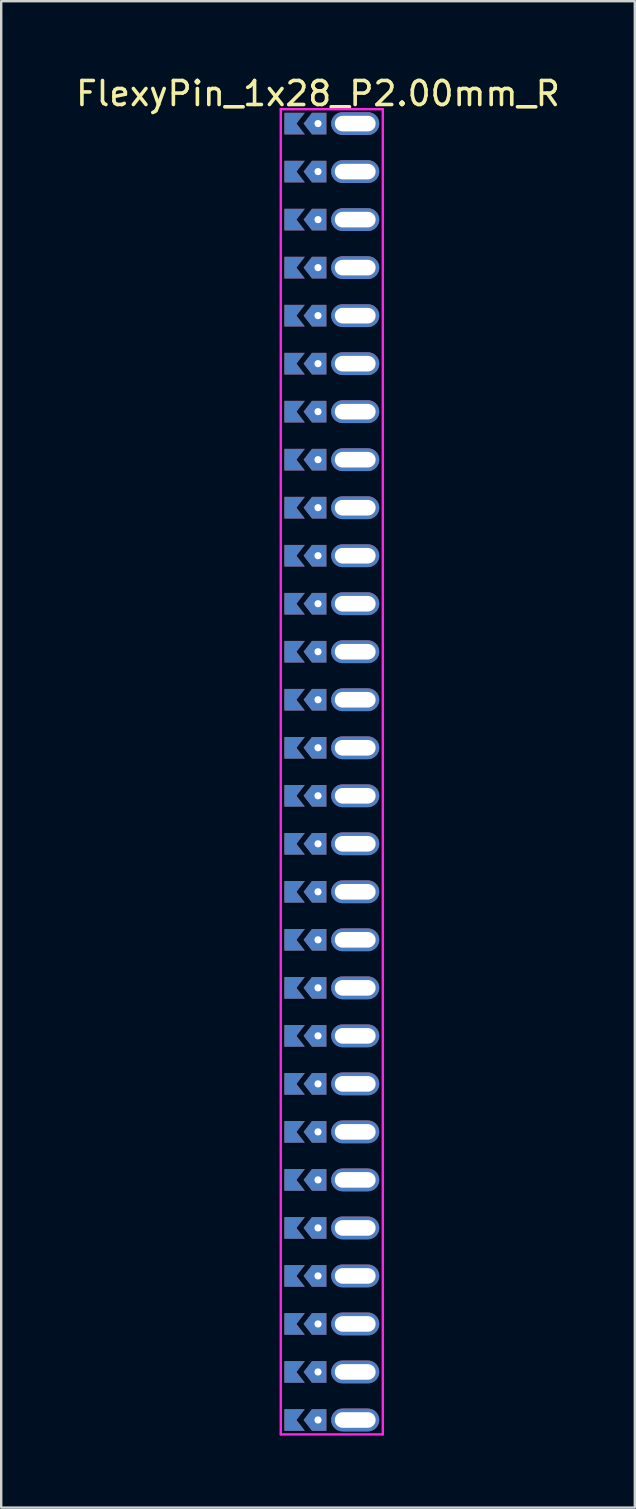
<source format=kicad_pcb>
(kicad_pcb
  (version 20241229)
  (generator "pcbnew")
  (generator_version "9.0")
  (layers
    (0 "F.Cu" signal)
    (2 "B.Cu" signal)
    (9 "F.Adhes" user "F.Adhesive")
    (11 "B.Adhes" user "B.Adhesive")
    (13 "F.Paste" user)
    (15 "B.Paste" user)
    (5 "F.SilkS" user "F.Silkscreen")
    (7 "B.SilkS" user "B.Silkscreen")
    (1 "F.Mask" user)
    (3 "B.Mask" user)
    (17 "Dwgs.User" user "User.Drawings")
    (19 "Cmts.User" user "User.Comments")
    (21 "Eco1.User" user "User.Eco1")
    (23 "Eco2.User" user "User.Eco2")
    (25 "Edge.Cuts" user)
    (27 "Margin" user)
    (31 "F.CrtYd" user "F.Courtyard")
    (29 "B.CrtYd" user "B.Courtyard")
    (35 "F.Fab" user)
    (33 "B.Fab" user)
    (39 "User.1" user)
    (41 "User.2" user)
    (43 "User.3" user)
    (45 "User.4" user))
  (footprint "FlexyPin_1x28_P2.00mm_R"
    (layer "F.Cu")
    (at 10.196 2.098)
    (property "Reference" "FlexyPin_1x28_P2.00mm_R" (at 0 -1.25 0) (layer "F.SilkS") (effects (font (size 1 1) (thickness 0.15))))
    (attr through_hole)
    (fp_line (start -1.55 -0.6) (end 2.7 -0.6) (stroke (width 0.1) (type solid)) (layer "F.CrtYd"))
    (fp_line (start -1.55 54.6) (end -1.55 -0.6) (stroke (width 0.1) (type solid)) (layer "F.CrtYd"))
    (fp_line (start 2.7 -0.6) (end 2.7 54.6) (stroke (width 0.1) (type solid)) (layer "F.CrtYd"))
    (fp_line (start 2.7 54.6) (end -1.55 54.6) (stroke (width 0.1) (type solid)) (layer "F.CrtYd"))
    (pad "" thru_hole custom (at 0 0) (size 0.3 0.3) (drill 0.6) (layers "*.Cu" "*.Mask") (options (anchor rect)) (primitives (gr_poly (pts (xy 0.35 0.45) (xy 0.35 -0.45) (xy -0.25 -0.45) (xy -0.6 0) (xy -0.25 0.45)) (width 0) (fill yes))))
    (pad "" thru_hole custom (at 0 2) (size 0.3 0.3) (drill 0.6) (layers "*.Cu" "*.Mask") (options (anchor rect)) (primitives (gr_poly (pts (xy 0.35 0.45) (xy 0.35 -0.45) (xy -0.25 -0.45) (xy -0.6 0) (xy -0.25 0.45)) (width 0) (fill yes))))
    (pad "" thru_hole custom (at 0 4) (size 0.3 0.3) (drill 0.6) (layers "*.Cu" "*.Mask") (options (anchor rect)) (primitives (gr_poly (pts (xy 0.35 0.45) (xy 0.35 -0.45) (xy -0.25 -0.45) (xy -0.6 0) (xy -0.25 0.45)) (width 0) (fill yes))))
    (pad "" thru_hole custom (at 0 6) (size 0.3 0.3) (drill 0.6) (layers "*.Cu" "*.Mask") (options (anchor rect)) (primitives (gr_poly (pts (xy 0.35 0.45) (xy 0.35 -0.45) (xy -0.25 -0.45) (xy -0.6 0) (xy -0.25 0.45)) (width 0) (fill yes))))
    (pad "" thru_hole custom (at 0 8) (size 0.3 0.3) (drill 0.6) (layers "*.Cu" "*.Mask") (options (anchor rect)) (primitives (gr_poly (pts (xy 0.35 0.45) (xy 0.35 -0.45) (xy -0.25 -0.45) (xy -0.6 0) (xy -0.25 0.45)) (width 0) (fill yes))))
    (pad "" thru_hole custom (at 0 10) (size 0.3 0.3) (drill 0.6) (layers "*.Cu" "*.Mask") (options (anchor rect)) (primitives (gr_poly (pts (xy 0.35 0.45) (xy 0.35 -0.45) (xy -0.25 -0.45) (xy -0.6 0) (xy -0.25 0.45)) (width 0) (fill yes))))
    (pad "" thru_hole custom (at 0 12) (size 0.3 0.3) (drill 0.6) (layers "*.Cu" "*.Mask") (options (anchor rect)) (primitives (gr_poly (pts (xy 0.35 0.45) (xy 0.35 -0.45) (xy -0.25 -0.45) (xy -0.6 0) (xy -0.25 0.45)) (width 0) (fill yes))))
    (pad "" thru_hole custom (at 0 14) (size 0.3 0.3) (drill 0.6) (layers "*.Cu" "*.Mask") (options (anchor rect)) (primitives (gr_poly (pts (xy 0.35 0.45) (xy 0.35 -0.45) (xy -0.25 -0.45) (xy -0.6 0) (xy -0.25 0.45)) (width 0) (fill yes))))
    (pad "" thru_hole custom (at 0 16) (size 0.3 0.3) (drill 0.6) (layers "*.Cu" "*.Mask") (options (anchor rect)) (primitives (gr_poly (pts (xy 0.35 0.45) (xy 0.35 -0.45) (xy -0.25 -0.45) (xy -0.6 0) (xy -0.25 0.45)) (width 0) (fill yes))))
    (pad "" thru_hole custom (at 0 18) (size 0.3 0.3) (drill 0.6) (layers "*.Cu" "*.Mask") (options (anchor rect)) (primitives (gr_poly (pts (xy 0.35 0.45) (xy 0.35 -0.45) (xy -0.25 -0.45) (xy -0.6 0) (xy -0.25 0.45)) (width 0) (fill yes))))
    (pad "" thru_hole custom (at 0 20) (size 0.3 0.3) (drill 0.6) (layers "*.Cu" "*.Mask") (options (anchor rect)) (primitives (gr_poly (pts (xy 0.35 0.45) (xy 0.35 -0.45) (xy -0.25 -0.45) (xy -0.6 0) (xy -0.25 0.45)) (width 0) (fill yes))))
    (pad "" thru_hole custom (at 0 22) (size 0.3 0.3) (drill 0.6) (layers "*.Cu" "*.Mask") (options (anchor rect)) (primitives (gr_poly (pts (xy 0.35 0.45) (xy 0.35 -0.45) (xy -0.25 -0.45) (xy -0.6 0) (xy -0.25 0.45)) (width 0) (fill yes))))
    (pad "" thru_hole custom (at 0 24) (size 0.3 0.3) (drill 0.6) (layers "*.Cu" "*.Mask") (options (anchor rect)) (primitives (gr_poly (pts (xy 0.35 0.45) (xy 0.35 -0.45) (xy -0.25 -0.45) (xy -0.6 0) (xy -0.25 0.45)) (width 0) (fill yes))))
    (pad "" thru_hole custom (at 0 26) (size 0.3 0.3) (drill 0.6) (layers "*.Cu" "*.Mask") (options (anchor rect)) (primitives (gr_poly (pts (xy 0.35 0.45) (xy 0.35 -0.45) (xy -0.25 -0.45) (xy -0.6 0) (xy -0.25 0.45)) (width 0) (fill yes))))
    (pad "" thru_hole custom (at 0 28) (size 0.3 0.3) (drill 0.6) (layers "*.Cu" "*.Mask") (options (anchor rect)) (primitives (gr_poly (pts (xy 0.35 0.45) (xy 0.35 -0.45) (xy -0.25 -0.45) (xy -0.6 0) (xy -0.25 0.45)) (width 0) (fill yes))))
    (pad "" thru_hole custom (at 0 30) (size 0.3 0.3) (drill 0.6) (layers "*.Cu" "*.Mask") (options (anchor rect)) (primitives (gr_poly (pts (xy 0.35 0.45) (xy 0.35 -0.45) (xy -0.25 -0.45) (xy -0.6 0) (xy -0.25 0.45)) (width 0) (fill yes))))
    (pad "" thru_hole custom (at 0 32) (size 0.3 0.3) (drill 0.6) (layers "*.Cu" "*.Mask") (options (anchor rect)) (primitives (gr_poly (pts (xy 0.35 0.45) (xy 0.35 -0.45) (xy -0.25 -0.45) (xy -0.6 0) (xy -0.25 0.45)) (width 0) (fill yes))))
    (pad "" thru_hole custom (at 0 34) (size 0.3 0.3) (drill 0.6) (layers "*.Cu" "*.Mask") (options (anchor rect)) (primitives (gr_poly (pts (xy 0.35 0.45) (xy 0.35 -0.45) (xy -0.25 -0.45) (xy -0.6 0) (xy -0.25 0.45)) (width 0) (fill yes))))
    (pad "" thru_hole custom (at 0 36) (size 0.3 0.3) (drill 0.6) (layers "*.Cu" "*.Mask") (options (anchor rect)) (primitives (gr_poly (pts (xy 0.35 0.45) (xy 0.35 -0.45) (xy -0.25 -0.45) (xy -0.6 0) (xy -0.25 0.45)) (width 0) (fill yes))))
    (pad "" thru_hole custom (at 0 38) (size 0.3 0.3) (drill 0.6) (layers "*.Cu" "*.Mask") (options (anchor rect)) (primitives (gr_poly (pts (xy 0.35 0.45) (xy 0.35 -0.45) (xy -0.25 -0.45) (xy -0.6 0) (xy -0.25 0.45)) (width 0) (fill yes))))
    (pad "" thru_hole custom (at 0 40) (size 0.3 0.3) (drill 0.6) (layers "*.Cu" "*.Mask") (options (anchor rect)) (primitives (gr_poly (pts (xy 0.35 0.45) (xy 0.35 -0.45) (xy -0.25 -0.45) (xy -0.6 0) (xy -0.25 0.45)) (width 0) (fill yes))))
    (pad "" thru_hole custom (at 0 42) (size 0.3 0.3) (drill 0.6) (layers "*.Cu" "*.Mask") (options (anchor rect)) (primitives (gr_poly (pts (xy 0.35 0.45) (xy 0.35 -0.45) (xy -0.25 -0.45) (xy -0.6 0) (xy -0.25 0.45)) (width 0) (fill yes))))
    (pad "" thru_hole custom (at 0 44) (size 0.3 0.3) (drill 0.6) (layers "*.Cu" "*.Mask") (options (anchor rect)) (primitives (gr_poly (pts (xy 0.35 0.45) (xy 0.35 -0.45) (xy -0.25 -0.45) (xy -0.6 0) (xy -0.25 0.45)) (width 0) (fill yes))))
    (pad "" thru_hole custom (at 0 46) (size 0.3 0.3) (drill 0.6) (layers "*.Cu" "*.Mask") (options (anchor rect)) (primitives (gr_poly (pts (xy 0.35 0.45) (xy 0.35 -0.45) (xy -0.25 -0.45) (xy -0.6 0) (xy -0.25 0.45)) (width 0) (fill yes))))
    (pad "" thru_hole custom (at 0 48) (size 0.3 0.3) (drill 0.6) (layers "*.Cu" "*.Mask") (options (anchor rect)) (primitives (gr_poly (pts (xy 0.35 0.45) (xy 0.35 -0.45) (xy -0.25 -0.45) (xy -0.6 0) (xy -0.25 0.45)) (width 0) (fill yes))))
    (pad "" thru_hole custom (at 0 50) (size 0.3 0.3) (drill 0.6) (layers "*.Cu" "*.Mask") (options (anchor rect)) (primitives (gr_poly (pts (xy 0.35 0.45) (xy 0.35 -0.45) (xy -0.25 -0.45) (xy -0.6 0) (xy -0.25 0.45)) (width 0) (fill yes))))
    (pad "" thru_hole custom (at 0 52) (size 0.3 0.3) (drill 0.6) (layers "*.Cu" "*.Mask") (options (anchor rect)) (primitives (gr_poly (pts (xy 0.35 0.45) (xy 0.35 -0.45) (xy -0.25 -0.45) (xy -0.6 0) (xy -0.25 0.45)) (width 0) (fill yes))))
    (pad "" thru_hole custom (at 0 54) (size 0.3 0.3) (drill 0.6) (layers "*.Cu" "*.Mask") (options (anchor rect)) (primitives (gr_poly (pts (xy 0.35 0.45) (xy 0.35 -0.45) (xy -0.25 -0.45) (xy -0.6 0) (xy -0.25 0.45)) (width 0) (fill yes))))
    (pad "" thru_hole oval (at 1.55 0) (size 2 0.95) (drill oval 1.7 0.65) (layers "*.Cu" "*.Mask"))
    (pad "" thru_hole oval (at 1.55 2) (size 2 0.95) (drill oval 1.7 0.65) (layers "*.Cu" "*.Mask"))
    (pad "" thru_hole oval (at 1.55 4) (size 2 0.95) (drill oval 1.7 0.65) (layers "*.Cu" "*.Mask"))
    (pad "" thru_hole oval (at 1.55 6) (size 2 0.95) (drill oval 1.7 0.65) (layers "*.Cu" "*.Mask"))
    (pad "" thru_hole oval (at 1.55 8) (size 2 0.95) (drill oval 1.7 0.65) (layers "*.Cu" "*.Mask"))
    (pad "" thru_hole oval (at 1.55 10) (size 2 0.95) (drill oval 1.7 0.65) (layers "*.Cu" "*.Mask"))
    (pad "" thru_hole oval (at 1.55 12) (size 2 0.95) (drill oval 1.7 0.65) (layers "*.Cu" "*.Mask"))
    (pad "" thru_hole oval (at 1.55 14) (size 2 0.95) (drill oval 1.7 0.65) (layers "*.Cu" "*.Mask"))
    (pad "" thru_hole oval (at 1.55 16) (size 2 0.95) (drill oval 1.7 0.65) (layers "*.Cu" "*.Mask"))
    (pad "" thru_hole oval (at 1.55 18) (size 2 0.95) (drill oval 1.7 0.65) (layers "*.Cu" "*.Mask"))
    (pad "" thru_hole oval (at 1.55 20) (size 2 0.95) (drill oval 1.7 0.65) (layers "*.Cu" "*.Mask"))
    (pad "" thru_hole oval (at 1.55 22) (size 2 0.95) (drill oval 1.7 0.65) (layers "*.Cu" "*.Mask"))
    (pad "" thru_hole oval (at 1.55 24) (size 2 0.95) (drill oval 1.7 0.65) (layers "*.Cu" "*.Mask"))
    (pad "" thru_hole oval (at 1.55 26) (size 2 0.95) (drill oval 1.7 0.65) (layers "*.Cu" "*.Mask"))
    (pad "" thru_hole oval (at 1.55 28) (size 2 0.95) (drill oval 1.7 0.65) (layers "*.Cu" "*.Mask"))
    (pad "" thru_hole oval (at 1.55 30) (size 2 0.95) (drill oval 1.7 0.65) (layers "*.Cu" "*.Mask"))
    (pad "" thru_hole oval (at 1.55 32) (size 2 0.95) (drill oval 1.7 0.65) (layers "*.Cu" "*.Mask"))
    (pad "" thru_hole oval (at 1.55 34) (size 2 0.95) (drill oval 1.7 0.65) (layers "*.Cu" "*.Mask"))
    (pad "" thru_hole oval (at 1.55 36) (size 2 0.95) (drill oval 1.7 0.65) (layers "*.Cu" "*.Mask"))
    (pad "" thru_hole oval (at 1.55 38) (size 2 0.95) (drill oval 1.7 0.65) (layers "*.Cu" "*.Mask"))
    (pad "" thru_hole oval (at 1.55 40) (size 2 0.95) (drill oval 1.7 0.65) (layers "*.Cu" "*.Mask"))
    (pad "" thru_hole oval (at 1.55 42) (size 2 0.95) (drill oval 1.7 0.65) (layers "*.Cu" "*.Mask"))
    (pad "" thru_hole oval (at 1.55 44) (size 2 0.95) (drill oval 1.7 0.65) (layers "*.Cu" "*.Mask"))
    (pad "" thru_hole oval (at 1.55 46) (size 2 0.95) (drill oval 1.7 0.65) (layers "*.Cu" "*.Mask"))
    (pad "" thru_hole oval (at 1.55 48) (size 2 0.95) (drill oval 1.7 0.65) (layers "*.Cu" "*.Mask"))
    (pad "" thru_hole oval (at 1.55 50) (size 2 0.95) (drill oval 1.7 0.65) (layers "*.Cu" "*.Mask"))
    (pad "" thru_hole oval (at 1.55 52) (size 2 0.95) (drill oval 1.7 0.65) (layers "*.Cu" "*.Mask"))
    (pad "" thru_hole oval (at 1.55 54) (size 2 0.95) (drill oval 1.7 0.65) (layers "*.Cu" "*.Mask"))
    (pad "1" smd custom (at -0.9 0) (size 0.01 0.01) (layers "F.Cu" "F.Mask") (options (anchor rect)) (primitives (gr_poly (pts (xy 0 0) (xy 0.35 0.45) (xy -0.5 0.45) (xy -0.5 -0.45) (xy 0.35 -0.45)) (width 0) (fill yes))))
    (pad "2" smd custom (at -0.9 2) (size 0.01 0.01) (layers "F.Cu" "F.Mask") (options (anchor rect)) (primitives (gr_poly (pts (xy 0 0) (xy 0.35 0.45) (xy -0.5 0.45) (xy -0.5 -0.45) (xy 0.35 -0.45)) (width 0) (fill yes))))
    (pad "3" smd custom (at -0.9 4) (size 0.01 0.01) (layers "F.Cu" "F.Mask") (options (anchor rect)) (primitives (gr_poly (pts (xy 0 0) (xy 0.35 0.45) (xy -0.5 0.45) (xy -0.5 -0.45) (xy 0.35 -0.45)) (width 0) (fill yes))))
    (pad "4" smd custom (at -0.9 6) (size 0.01 0.01) (layers "F.Cu" "F.Mask") (options (anchor rect)) (primitives (gr_poly (pts (xy 0 0) (xy 0.35 0.45) (xy -0.5 0.45) (xy -0.5 -0.45) (xy 0.35 -0.45)) (width 0) (fill yes))))
    (pad "5" smd custom (at -0.9 8) (size 0.01 0.01) (layers "F.Cu" "F.Mask") (options (anchor rect)) (primitives (gr_poly (pts (xy 0 0) (xy 0.35 0.45) (xy -0.5 0.45) (xy -0.5 -0.45) (xy 0.35 -0.45)) (width 0) (fill yes))))
    (pad "6" smd custom (at -0.9 10) (size 0.01 0.01) (layers "F.Cu" "F.Mask") (options (anchor rect)) (primitives (gr_poly (pts (xy 0 0) (xy 0.35 0.45) (xy -0.5 0.45) (xy -0.5 -0.45) (xy 0.35 -0.45)) (width 0) (fill yes))))
    (pad "7" smd custom (at -0.9 12) (size 0.01 0.01) (layers "F.Cu" "F.Mask") (options (anchor rect)) (primitives (gr_poly (pts (xy 0 0) (xy 0.35 0.45) (xy -0.5 0.45) (xy -0.5 -0.45) (xy 0.35 -0.45)) (width 0) (fill yes))))
    (pad "8" smd custom (at -0.9 14) (size 0.01 0.01) (layers "F.Cu" "F.Mask") (options (anchor rect)) (primitives (gr_poly (pts (xy 0 0) (xy 0.35 0.45) (xy -0.5 0.45) (xy -0.5 -0.45) (xy 0.35 -0.45)) (width 0) (fill yes))))
    (pad "9" smd custom (at -0.9 16) (size 0.01 0.01) (layers "F.Cu" "F.Mask") (options (anchor rect)) (primitives (gr_poly (pts (xy 0 0) (xy 0.35 0.45) (xy -0.5 0.45) (xy -0.5 -0.45) (xy 0.35 -0.45)) (width 0) (fill yes))))
    (pad "10" smd custom (at -0.9 18) (size 0.01 0.01) (layers "F.Cu" "F.Mask") (options (anchor rect)) (primitives (gr_poly (pts (xy 0 0) (xy 0.35 0.45) (xy -0.5 0.45) (xy -0.5 -0.45) (xy 0.35 -0.45)) (width 0) (fill yes))))
    (pad "11" smd custom (at -0.9 20) (size 0.01 0.01) (layers "F.Cu" "F.Mask") (options (anchor rect)) (primitives (gr_poly (pts (xy 0 0) (xy 0.35 0.45) (xy -0.5 0.45) (xy -0.5 -0.45) (xy 0.35 -0.45)) (width 0) (fill yes))))
    (pad "12" smd custom (at -0.9 22) (size 0.01 0.01) (layers "F.Cu" "F.Mask") (options (anchor rect)) (primitives (gr_poly (pts (xy 0 0) (xy 0.35 0.45) (xy -0.5 0.45) (xy -0.5 -0.45) (xy 0.35 -0.45)) (width 0) (fill yes))))
    (pad "13" smd custom (at -0.9 24) (size 0.01 0.01) (layers "F.Cu" "F.Mask") (options (anchor rect)) (primitives (gr_poly (pts (xy 0 0) (xy 0.35 0.45) (xy -0.5 0.45) (xy -0.5 -0.45) (xy 0.35 -0.45)) (width 0) (fill yes))))
    (pad "14" smd custom (at -0.9 26) (size 0.01 0.01) (layers "F.Cu" "F.Mask") (options (anchor rect)) (primitives (gr_poly (pts (xy 0 0) (xy 0.35 0.45) (xy -0.5 0.45) (xy -0.5 -0.45) (xy 0.35 -0.45)) (width 0) (fill yes))))
    (pad "15" smd custom (at -0.9 28) (size 0.01 0.01) (layers "F.Cu" "F.Mask") (options (anchor rect)) (primitives (gr_poly (pts (xy 0 0) (xy 0.35 0.45) (xy -0.5 0.45) (xy -0.5 -0.45) (xy 0.35 -0.45)) (width 0) (fill yes))))
    (pad "16" smd custom (at -0.9 30) (size 0.01 0.01) (layers "F.Cu" "F.Mask") (options (anchor rect)) (primitives (gr_poly (pts (xy 0 0) (xy 0.35 0.45) (xy -0.5 0.45) (xy -0.5 -0.45) (xy 0.35 -0.45)) (width 0) (fill yes))))
    (pad "17" smd custom (at -0.9 32) (size 0.01 0.01) (layers "F.Cu" "F.Mask") (options (anchor rect)) (primitives (gr_poly (pts (xy 0 0) (xy 0.35 0.45) (xy -0.5 0.45) (xy -0.5 -0.45) (xy 0.35 -0.45)) (width 0) (fill yes))))
    (pad "18" smd custom (at -0.9 34) (size 0.01 0.01) (layers "F.Cu" "F.Mask") (options (anchor rect)) (primitives (gr_poly (pts (xy 0 0) (xy 0.35 0.45) (xy -0.5 0.45) (xy -0.5 -0.45) (xy 0.35 -0.45)) (width 0) (fill yes))))
    (pad "19" smd custom (at -0.9 36) (size 0.01 0.01) (layers "F.Cu" "F.Mask") (options (anchor rect)) (primitives (gr_poly (pts (xy 0 0) (xy 0.35 0.45) (xy -0.5 0.45) (xy -0.5 -0.45) (xy 0.35 -0.45)) (width 0) (fill yes))))
    (pad "20" smd custom (at -0.9 38) (size 0.01 0.01) (layers "F.Cu" "F.Mask") (options (anchor rect)) (primitives (gr_poly (pts (xy 0 0) (xy 0.35 0.45) (xy -0.5 0.45) (xy -0.5 -0.45) (xy 0.35 -0.45)) (width 0) (fill yes))))
    (pad "21" smd custom (at -0.9 40) (size 0.01 0.01) (layers "F.Cu" "F.Mask") (options (anchor rect)) (primitives (gr_poly (pts (xy 0 0) (xy 0.35 0.45) (xy -0.5 0.45) (xy -0.5 -0.45) (xy 0.35 -0.45)) (width 0) (fill yes))))
    (pad "22" smd custom (at -0.9 42) (size 0.01 0.01) (layers "F.Cu" "F.Mask") (options (anchor rect)) (primitives (gr_poly (pts (xy 0 0) (xy 0.35 0.45) (xy -0.5 0.45) (xy -0.5 -0.45) (xy 0.35 -0.45)) (width 0) (fill yes))))
    (pad "23" smd custom (at -0.9 44) (size 0.01 0.01) (layers "F.Cu" "F.Mask") (options (anchor rect)) (primitives (gr_poly (pts (xy 0 0) (xy 0.35 0.45) (xy -0.5 0.45) (xy -0.5 -0.45) (xy 0.35 -0.45)) (width 0) (fill yes))))
    (pad "24" smd custom (at -0.9 46) (size 0.01 0.01) (layers "F.Cu" "F.Mask") (options (anchor rect)) (primitives (gr_poly (pts (xy 0 0) (xy 0.35 0.45) (xy -0.5 0.45) (xy -0.5 -0.45) (xy 0.35 -0.45)) (width 0) (fill yes))))
    (pad "25" smd custom (at -0.9 48) (size 0.01 0.01) (layers "F.Cu" "F.Mask") (options (anchor rect)) (primitives (gr_poly (pts (xy 0 0) (xy 0.35 0.45) (xy -0.5 0.45) (xy -0.5 -0.45) (xy 0.35 -0.45)) (width 0) (fill yes))))
    (pad "26" smd custom (at -0.9 50) (size 0.01 0.01) (layers "F.Cu" "F.Mask") (options (anchor rect)) (primitives (gr_poly (pts (xy 0 0) (xy 0.35 0.45) (xy -0.5 0.45) (xy -0.5 -0.45) (xy 0.35 -0.45)) (width 0) (fill yes))))
    (pad "27" smd custom (at -0.9 52) (size 0.01 0.01) (layers "F.Cu" "F.Mask") (options (anchor rect)) (primitives (gr_poly (pts (xy 0 0) (xy 0.35 0.45) (xy -0.5 0.45) (xy -0.5 -0.45) (xy 0.35 -0.45)) (width 0) (fill yes))))
    (pad "28" smd custom (at -0.9 54) (size 0.01 0.01) (layers "F.Cu" "F.Mask") (options (anchor rect)) (primitives (gr_poly (pts (xy 0 0) (xy 0.35 0.45) (xy -0.5 0.45) (xy -0.5 -0.45) (xy 0.35 -0.45)) (width 0) (fill yes))))
    (pad "29" smd custom (at -0.9 0) (size 0.01 0.01) (layers "B.Cu" "B.Mask") (options (anchor rect)) (primitives (gr_poly (pts (xy 0 0) (xy 0.35 0.45) (xy -0.5 0.45) (xy -0.5 -0.45) (xy 0.35 -0.45)) (width 0) (fill yes))))
    (pad "30" smd custom (at -0.9 2) (size 0.01 0.01) (layers "B.Cu" "B.Mask") (options (anchor rect)) (primitives (gr_poly (pts (xy 0 0) (xy 0.35 0.45) (xy -0.5 0.45) (xy -0.5 -0.45) (xy 0.35 -0.45)) (width 0) (fill yes))))
    (pad "31" smd custom (at -0.9 4) (size 0.01 0.01) (layers "B.Cu" "B.Mask") (options (anchor rect)) (primitives (gr_poly (pts (xy 0 0) (xy 0.35 0.45) (xy -0.5 0.45) (xy -0.5 -0.45) (xy 0.35 -0.45)) (width 0) (fill yes))))
    (pad "32" smd custom (at -0.9 6) (size 0.01 0.01) (layers "B.Cu" "B.Mask") (options (anchor rect)) (primitives (gr_poly (pts (xy 0 0) (xy 0.35 0.45) (xy -0.5 0.45) (xy -0.5 -0.45) (xy 0.35 -0.45)) (width 0) (fill yes))))
    (pad "33" smd custom (at -0.9 8) (size 0.01 0.01) (layers "B.Cu" "B.Mask") (options (anchor rect)) (primitives (gr_poly (pts (xy 0 0) (xy 0.35 0.45) (xy -0.5 0.45) (xy -0.5 -0.45) (xy 0.35 -0.45)) (width 0) (fill yes))))
    (pad "34" smd custom (at -0.9 10) (size 0.01 0.01) (layers "B.Cu" "B.Mask") (options (anchor rect)) (primitives (gr_poly (pts (xy 0 0) (xy 0.35 0.45) (xy -0.5 0.45) (xy -0.5 -0.45) (xy 0.35 -0.45)) (width 0) (fill yes))))
    (pad "35" smd custom (at -0.9 12) (size 0.01 0.01) (layers "B.Cu" "B.Mask") (options (anchor rect)) (primitives (gr_poly (pts (xy 0 0) (xy 0.35 0.45) (xy -0.5 0.45) (xy -0.5 -0.45) (xy 0.35 -0.45)) (width 0) (fill yes))))
    (pad "36" smd custom (at -0.9 14) (size 0.01 0.01) (layers "B.Cu" "B.Mask") (options (anchor rect)) (primitives (gr_poly (pts (xy 0 0) (xy 0.35 0.45) (xy -0.5 0.45) (xy -0.5 -0.45) (xy 0.35 -0.45)) (width 0) (fill yes))))
    (pad "37" smd custom (at -0.9 16) (size 0.01 0.01) (layers "B.Cu" "B.Mask") (options (anchor rect)) (primitives (gr_poly (pts (xy 0 0) (xy 0.35 0.45) (xy -0.5 0.45) (xy -0.5 -0.45) (xy 0.35 -0.45)) (width 0) (fill yes))))
    (pad "38" smd custom (at -0.9 18) (size 0.01 0.01) (layers "B.Cu" "B.Mask") (options (anchor rect)) (primitives (gr_poly (pts (xy 0 0) (xy 0.35 0.45) (xy -0.5 0.45) (xy -0.5 -0.45) (xy 0.35 -0.45)) (width 0) (fill yes))))
    (pad "39" smd custom (at -0.9 20) (size 0.01 0.01) (layers "B.Cu" "B.Mask") (options (anchor rect)) (primitives (gr_poly (pts (xy 0 0) (xy 0.35 0.45) (xy -0.5 0.45) (xy -0.5 -0.45) (xy 0.35 -0.45)) (width 0) (fill yes))))
    (pad "40" smd custom (at -0.9 22) (size 0.01 0.01) (layers "B.Cu" "B.Mask") (options (anchor rect)) (primitives (gr_poly (pts (xy 0 0) (xy 0.35 0.45) (xy -0.5 0.45) (xy -0.5 -0.45) (xy 0.35 -0.45)) (width 0) (fill yes))))
    (pad "41" smd custom (at -0.9 24) (size 0.01 0.01) (layers "B.Cu" "B.Mask") (options (anchor rect)) (primitives (gr_poly (pts (xy 0 0) (xy 0.35 0.45) (xy -0.5 0.45) (xy -0.5 -0.45) (xy 0.35 -0.45)) (width 0) (fill yes))))
    (pad "42" smd custom (at -0.9 26) (size 0.01 0.01) (layers "B.Cu" "B.Mask") (options (anchor rect)) (primitives (gr_poly (pts (xy 0 0) (xy 0.35 0.45) (xy -0.5 0.45) (xy -0.5 -0.45) (xy 0.35 -0.45)) (width 0) (fill yes))))
    (pad "43" smd custom (at -0.9 28) (size 0.01 0.01) (layers "B.Cu" "B.Mask") (options (anchor rect)) (primitives (gr_poly (pts (xy 0 0) (xy 0.35 0.45) (xy -0.5 0.45) (xy -0.5 -0.45) (xy 0.35 -0.45)) (width 0) (fill yes))))
    (pad "44" smd custom (at -0.9 30) (size 0.01 0.01) (layers "B.Cu" "B.Mask") (options (anchor rect)) (primitives (gr_poly (pts (xy 0 0) (xy 0.35 0.45) (xy -0.5 0.45) (xy -0.5 -0.45) (xy 0.35 -0.45)) (width 0) (fill yes))))
    (pad "45" smd custom (at -0.9 32) (size 0.01 0.01) (layers "B.Cu" "B.Mask") (options (anchor rect)) (primitives (gr_poly (pts (xy 0 0) (xy 0.35 0.45) (xy -0.5 0.45) (xy -0.5 -0.45) (xy 0.35 -0.45)) (width 0) (fill yes))))
    (pad "46" smd custom (at -0.9 34) (size 0.01 0.01) (layers "B.Cu" "B.Mask") (options (anchor rect)) (primitives (gr_poly (pts (xy 0 0) (xy 0.35 0.45) (xy -0.5 0.45) (xy -0.5 -0.45) (xy 0.35 -0.45)) (width 0) (fill yes))))
    (pad "47" smd custom (at -0.9 36) (size 0.01 0.01) (layers "B.Cu" "B.Mask") (options (anchor rect)) (primitives (gr_poly (pts (xy 0 0) (xy 0.35 0.45) (xy -0.5 0.45) (xy -0.5 -0.45) (xy 0.35 -0.45)) (width 0) (fill yes))))
    (pad "48" smd custom (at -0.9 38) (size 0.01 0.01) (layers "B.Cu" "B.Mask") (options (anchor rect)) (primitives (gr_poly (pts (xy 0 0) (xy 0.35 0.45) (xy -0.5 0.45) (xy -0.5 -0.45) (xy 0.35 -0.45)) (width 0) (fill yes))))
    (pad "49" smd custom (at -0.9 40) (size 0.01 0.01) (layers "B.Cu" "B.Mask") (options (anchor rect)) (primitives (gr_poly (pts (xy 0 0) (xy 0.35 0.45) (xy -0.5 0.45) (xy -0.5 -0.45) (xy 0.35 -0.45)) (width 0) (fill yes))))
    (pad "50" smd custom (at -0.9 42) (size 0.01 0.01) (layers "B.Cu" "B.Mask") (options (anchor rect)) (primitives (gr_poly (pts (xy 0 0) (xy 0.35 0.45) (xy -0.5 0.45) (xy -0.5 -0.45) (xy 0.35 -0.45)) (width 0) (fill yes))))
    (pad "51" smd custom (at -0.9 44) (size 0.01 0.01) (layers "B.Cu" "B.Mask") (options (anchor rect)) (primitives (gr_poly (pts (xy 0 0) (xy 0.35 0.45) (xy -0.5 0.45) (xy -0.5 -0.45) (xy 0.35 -0.45)) (width 0) (fill yes))))
    (pad "52" smd custom (at -0.9 46) (size 0.01 0.01) (layers "B.Cu" "B.Mask") (options (anchor rect)) (primitives (gr_poly (pts (xy 0 0) (xy 0.35 0.45) (xy -0.5 0.45) (xy -0.5 -0.45) (xy 0.35 -0.45)) (width 0) (fill yes))))
    (pad "53" smd custom (at -0.9 48) (size 0.01 0.01) (layers "B.Cu" "B.Mask") (options (anchor rect)) (primitives (gr_poly (pts (xy 0 0) (xy 0.35 0.45) (xy -0.5 0.45) (xy -0.5 -0.45) (xy 0.35 -0.45)) (width 0) (fill yes))))
    (pad "54" smd custom (at -0.9 50) (size 0.01 0.01) (layers "B.Cu" "B.Mask") (options (anchor rect)) (primitives (gr_poly (pts (xy 0 0) (xy 0.35 0.45) (xy -0.5 0.45) (xy -0.5 -0.45) (xy 0.35 -0.45)) (width 0) (fill yes))))
    (pad "55" smd custom (at -0.9 52) (size 0.01 0.01) (layers "B.Cu" "B.Mask") (options (anchor rect)) (primitives (gr_poly (pts (xy 0 0) (xy 0.35 0.45) (xy -0.5 0.45) (xy -0.5 -0.45) (xy 0.35 -0.45)) (width 0) (fill yes))))
    (pad "56" smd custom (at -0.9 54) (size 0.01 0.01) (layers "B.Cu" "B.Mask") (options (anchor rect)) (primitives (gr_poly (pts (xy 0 0) (xy 0.35 0.45) (xy -0.5 0.45) (xy -0.5 -0.45) (xy 0.35 -0.45)) (width 0) (fill yes)))))
  (gr_rect
    (start -3 -3)
    (end 23.393 59.748)
    (stroke (width 0.1) (type default))
    (fill no)
    (layer "Edge.Cuts")))
</source>
